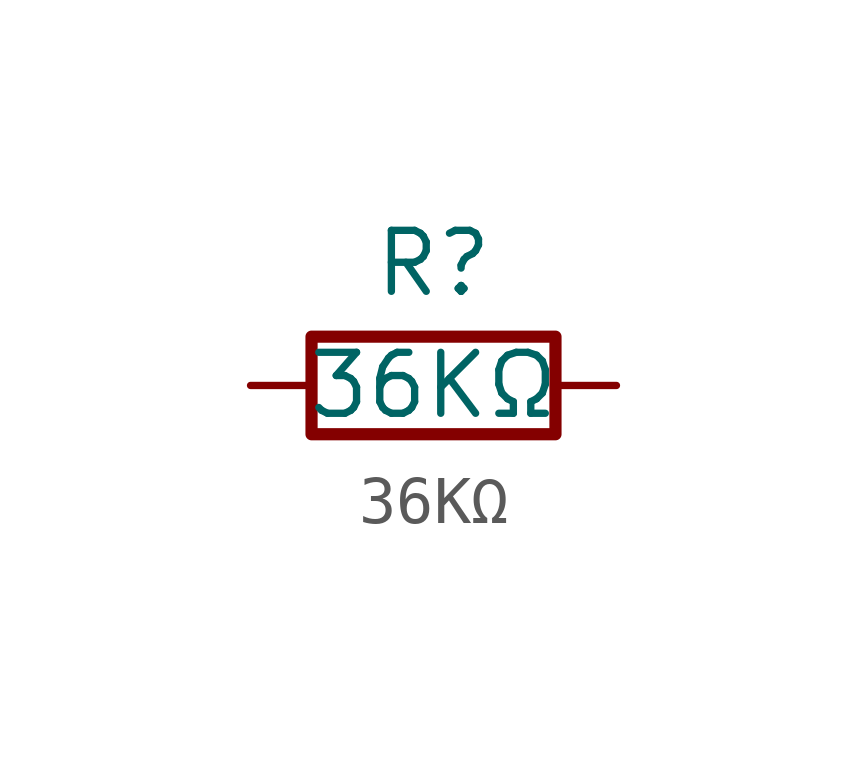
<source format=kicad_sym>
(kicad_symbol_lib
  (version 20241209)
  (generator "kicad_symbol_editor")
  (generator_version "9.0")
  (symbol "36KΩ"
    (pin_numbers
      (hide yes))
    (pin_names
      (offset 0))
    (property "Reference" "R"
      (at 0 2.54 0)
      (effects (font (size 1.27 1.27))))
    (property "Value" "36KΩ"
      (at 0 0 0)
      (effects (font (size 1.27 1.27))))
    (symbol "36KΩ_0_1"
      (rectangle (start 2.54 -1.016) (end -2.54 1.016) (stroke (width 0.254) (type solid)) (fill (type none))))
    (symbol "36KΩ_1_1"
      (pin passive line (at -3.81 0 0) (length 1.27) (name "~" (effects (font (size 1.27 1.27)))) (number "1" (effects (font (size 1.27 1.27)))))
      (pin passive line (at 3.81 0 180) (length 1.27) (name "~" (effects (font (size 1.27 1.27)))) (number "2" (effects (font (size 1.27 1.27))))))))
</source>
